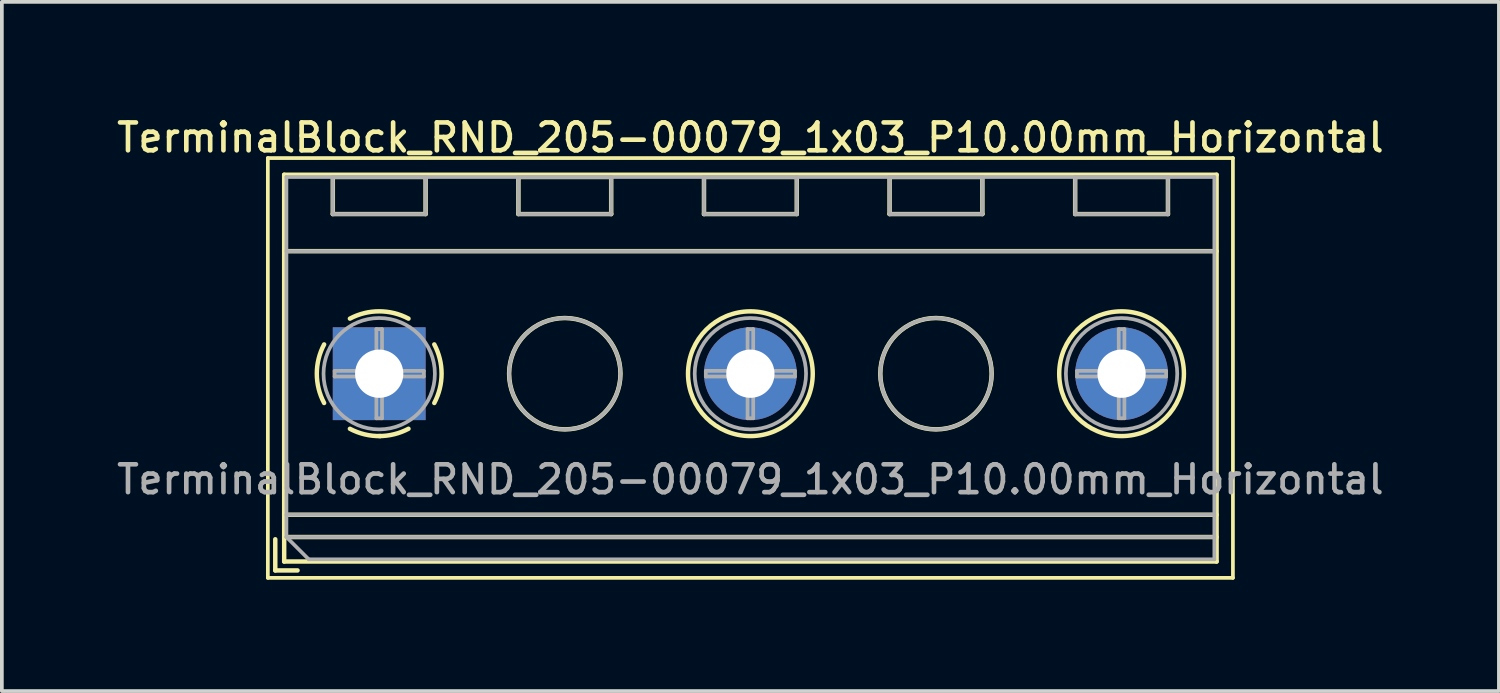
<source format=kicad_pcb>
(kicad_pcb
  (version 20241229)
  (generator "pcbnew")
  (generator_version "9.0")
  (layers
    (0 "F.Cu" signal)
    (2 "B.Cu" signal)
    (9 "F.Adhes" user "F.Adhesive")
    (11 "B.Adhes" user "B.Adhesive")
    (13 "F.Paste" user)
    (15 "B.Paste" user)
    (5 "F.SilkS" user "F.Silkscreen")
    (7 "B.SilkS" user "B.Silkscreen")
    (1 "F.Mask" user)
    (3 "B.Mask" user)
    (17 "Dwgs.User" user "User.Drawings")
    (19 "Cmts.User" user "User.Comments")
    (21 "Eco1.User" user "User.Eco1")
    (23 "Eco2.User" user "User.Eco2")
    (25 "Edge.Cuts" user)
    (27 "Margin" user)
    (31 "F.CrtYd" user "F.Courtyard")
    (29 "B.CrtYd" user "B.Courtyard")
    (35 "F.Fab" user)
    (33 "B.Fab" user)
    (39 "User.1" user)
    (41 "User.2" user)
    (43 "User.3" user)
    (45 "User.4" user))
  (footprint "TerminalBlock_RND_205-00079_1x03_P10.00mm_Horizontal"
    (layer "F.Cu")
    (at 7.166 7.018)
    (property "Reference" "TerminalBlock_RND_205-00079_1x03_P10.00mm_Horizontal" (at 10 -6.36 0) (layer "F.SilkS") (effects (font (size 0.75 0.75) (thickness 0.125))))
    (attr through_hole)
    (fp_line (start -3 -5.81) (end -3 5.5) (stroke (width 0.1) (type solid)) (layer "F.SilkS"))
    (fp_line (start -3 5.5) (end 23 5.5) (stroke (width 0.1) (type solid)) (layer "F.SilkS"))
    (fp_line (start -2.8 4.46) (end -2.8 5.3) (stroke (width 0.12) (type solid)) (layer "F.SilkS"))
    (fp_line (start -2.8 5.3) (end -2.2 5.3) (stroke (width 0.12) (type solid)) (layer "F.SilkS"))
    (fp_line (start -2.56 -5.36) (end -2.56 5.06) (stroke (width 0.12) (type solid)) (layer "F.SilkS"))
    (fp_line (start -2.56 -5.36) (end 22.56 -5.36) (stroke (width 0.12) (type solid)) (layer "F.SilkS"))
    (fp_line (start -2.56 -3.301) (end 22.56 -3.301) (stroke (width 0.12) (type solid)) (layer "F.SilkS"))
    (fp_line (start -2.56 3.8) (end 22.56 3.8) (stroke (width 0.12) (type solid)) (layer "F.SilkS"))
    (fp_line (start -2.56 4.4) (end 22.56 4.4) (stroke (width 0.12) (type solid)) (layer "F.SilkS"))
    (fp_line (start -2.56 5.06) (end 22.56 5.06) (stroke (width 0.12) (type solid)) (layer "F.SilkS"))
    (fp_line (start -1.25 -5.301) (end -1.25 -4.301) (stroke (width 0.12) (type solid)) (layer "F.SilkS"))
    (fp_line (start -1.25 -5.301) (end 1.25 -5.301) (stroke (width 0.12) (type solid)) (layer "F.SilkS"))
    (fp_line (start -1.25 -4.301) (end 1.25 -4.301) (stroke (width 0.12) (type solid)) (layer "F.SilkS"))
    (fp_line (start 1.25 -5.301) (end 1.25 -4.301) (stroke (width 0.12) (type solid)) (layer "F.SilkS"))
    (fp_line (start 3.75 -5.301) (end 3.75 -4.301) (stroke (width 0.12) (type solid)) (layer "F.SilkS"))
    (fp_line (start 3.75 -5.301) (end 6.25 -5.301) (stroke (width 0.12) (type solid)) (layer "F.SilkS"))
    (fp_line (start 3.75 -4.301) (end 6.25 -4.301) (stroke (width 0.12) (type solid)) (layer "F.SilkS"))
    (fp_line (start 6.25 -5.301) (end 6.25 -4.301) (stroke (width 0.12) (type solid)) (layer "F.SilkS"))
    (fp_line (start 8.75 -5.301) (end 8.75 -4.301) (stroke (width 0.12) (type solid)) (layer "F.SilkS"))
    (fp_line (start 8.75 -5.301) (end 11.25 -5.301) (stroke (width 0.12) (type solid)) (layer "F.SilkS"))
    (fp_line (start 8.75 -4.301) (end 11.25 -4.301) (stroke (width 0.12) (type solid)) (layer "F.SilkS"))
    (fp_line (start 11.25 -5.301) (end 11.25 -4.301) (stroke (width 0.12) (type solid)) (layer "F.SilkS"))
    (fp_line (start 13.75 -5.301) (end 13.75 -4.301) (stroke (width 0.12) (type solid)) (layer "F.SilkS"))
    (fp_line (start 13.75 -5.301) (end 16.25 -5.301) (stroke (width 0.12) (type solid)) (layer "F.SilkS"))
    (fp_line (start 13.75 -4.301) (end 16.25 -4.301) (stroke (width 0.12) (type solid)) (layer "F.SilkS"))
    (fp_line (start 16.25 -5.301) (end 16.25 -4.301) (stroke (width 0.12) (type solid)) (layer "F.SilkS"))
    (fp_line (start 18.75 -5.301) (end 18.75 -4.301) (stroke (width 0.12) (type solid)) (layer "F.SilkS"))
    (fp_line (start 18.75 -5.301) (end 21.25 -5.301) (stroke (width 0.12) (type solid)) (layer "F.SilkS"))
    (fp_line (start 18.75 -4.301) (end 21.25 -4.301) (stroke (width 0.12) (type solid)) (layer "F.SilkS"))
    (fp_line (start 21.25 -5.301) (end 21.25 -4.301) (stroke (width 0.12) (type solid)) (layer "F.SilkS"))
    (fp_line (start 22.56 -5.36) (end 22.56 5.06) (stroke (width 0.12) (type solid)) (layer "F.SilkS"))
    (fp_line (start 23 -5.81) (end -3 -5.81) (stroke (width 0.1) (type solid)) (layer "F.SilkS"))
    (fp_line (start 23 5.5) (end 23 -5.81) (stroke (width 0.1) (type solid)) (layer "F.SilkS"))
    (fp_arc (start -1.483953 0.789089) (mid -1.680708 0.00005) (end -1.484 -0.789) (stroke (width 0.12) (type solid)) (layer "F.SilkS"))
    (fp_arc (start -0.789089 -1.483953) (mid -0.00005 -1.680708) (end 0.789 -1.484) (stroke (width 0.12) (type solid)) (layer "F.SilkS"))
    (fp_arc (start 0.029383 1.68045) (mid -0.392304 1.634281) (end -0.789 1.484) (stroke (width 0.12) (type solid)) (layer "F.SilkS"))
    (fp_arc (start 0.788712 1.483352) (mid 0.406429 1.630097) (end 0 1.68) (stroke (width 0.12) (type solid)) (layer "F.SilkS"))
    (fp_arc (start 1.483953 -0.789089) (mid 1.680708 -0.00005) (end 1.484 0.789) (stroke (width 0.12) (type solid)) (layer "F.SilkS"))
    (fp_circle (center 5 0) (end 6.5 0) (stroke (width 0.12) (type solid)) (fill no) (layer "F.SilkS"))
    (fp_circle (center 10 0) (end 11.68 0) (stroke (width 0.12) (type solid)) (fill no) (layer "F.SilkS"))
    (fp_circle (center 15 0) (end 16.5 0) (stroke (width 0.12) (type solid)) (fill no) (layer "F.SilkS"))
    (fp_circle (center 20 0) (end 21.68 0) (stroke (width 0.12) (type solid)) (fill no) (layer "F.SilkS"))
    (fp_line (start -2.5 -5.3) (end 22.5 -5.3) (stroke (width 0.1) (type solid)) (layer "F.Fab"))
    (fp_line (start -2.5 -3.3) (end 22.5 -3.3) (stroke (width 0.1) (type solid)) (layer "F.Fab"))
    (fp_line (start -2.5 3.8) (end 22.5 3.8) (stroke (width 0.1) (type solid)) (layer "F.Fab"))
    (fp_line (start -2.5 4.4) (end -2.5 -5.3) (stroke (width 0.1) (type solid)) (layer "F.Fab"))
    (fp_line (start -2.5 4.4) (end 22.5 4.4) (stroke (width 0.1) (type solid)) (layer "F.Fab"))
    (fp_line (start -1.9 5) (end -2.5 4.4) (stroke (width 0.1) (type solid)) (layer "F.Fab"))
    (fp_line (start -1.25 -5.3) (end -1.25 -4.3) (stroke (width 0.1) (type solid)) (layer "F.Fab"))
    (fp_line (start -1.25 -4.3) (end 1.25 -4.3) (stroke (width 0.1) (type solid)) (layer "F.Fab"))
    (fp_line (start -1.201 -0.076) (end -0.076 -0.076) (stroke (width 0.1) (type solid)) (layer "F.Fab"))
    (fp_line (start -1.201 0.076) (end -1.201 -0.076) (stroke (width 0.1) (type solid)) (layer "F.Fab"))
    (fp_line (start -0.076 -1.201) (end 0.076 -1.201) (stroke (width 0.1) (type solid)) (layer "F.Fab"))
    (fp_line (start -0.076 -0.076) (end -0.076 -1.201) (stroke (width 0.1) (type solid)) (layer "F.Fab"))
    (fp_line (start -0.076 0.076) (end -1.201 0.076) (stroke (width 0.1) (type solid)) (layer "F.Fab"))
    (fp_line (start -0.076 1.201) (end -0.076 0.076) (stroke (width 0.1) (type solid)) (layer "F.Fab"))
    (fp_line (start 0.076 -1.201) (end 0.076 -0.076) (stroke (width 0.1) (type solid)) (layer "F.Fab"))
    (fp_line (start 0.076 -0.076) (end 1.201 -0.076) (stroke (width 0.1) (type solid)) (layer "F.Fab"))
    (fp_line (start 0.076 0.076) (end 0.076 1.201) (stroke (width 0.1) (type solid)) (layer "F.Fab"))
    (fp_line (start 0.076 1.201) (end -0.076 1.201) (stroke (width 0.1) (type solid)) (layer "F.Fab"))
    (fp_line (start 1.201 -0.076) (end 1.201 0.076) (stroke (width 0.1) (type solid)) (layer "F.Fab"))
    (fp_line (start 1.201 0.076) (end 0.076 0.076) (stroke (width 0.1) (type solid)) (layer "F.Fab"))
    (fp_line (start 1.25 -5.3) (end -1.25 -5.3) (stroke (width 0.1) (type solid)) (layer "F.Fab"))
    (fp_line (start 1.25 -4.3) (end 1.25 -5.3) (stroke (width 0.1) (type solid)) (layer "F.Fab"))
    (fp_line (start 3.75 -5.3) (end 3.75 -4.3) (stroke (width 0.1) (type solid)) (layer "F.Fab"))
    (fp_line (start 3.75 -4.3) (end 6.25 -4.3) (stroke (width 0.1) (type solid)) (layer "F.Fab"))
    (fp_line (start 6.25 -5.3) (end 3.75 -5.3) (stroke (width 0.1) (type solid)) (layer "F.Fab"))
    (fp_line (start 6.25 -4.3) (end 6.25 -5.3) (stroke (width 0.1) (type solid)) (layer "F.Fab"))
    (fp_line (start 8.75 -5.3) (end 8.75 -4.3) (stroke (width 0.1) (type solid)) (layer "F.Fab"))
    (fp_line (start 8.75 -4.3) (end 11.25 -4.3) (stroke (width 0.1) (type solid)) (layer "F.Fab"))
    (fp_line (start 8.799 -0.076) (end 9.924 -0.076) (stroke (width 0.1) (type solid)) (layer "F.Fab"))
    (fp_line (start 8.799 0.076) (end 8.799 -0.076) (stroke (width 0.1) (type solid)) (layer "F.Fab"))
    (fp_line (start 9.924 -1.201) (end 10.076 -1.201) (stroke (width 0.1) (type solid)) (layer "F.Fab"))
    (fp_line (start 9.924 -0.076) (end 9.924 -1.201) (stroke (width 0.1) (type solid)) (layer "F.Fab"))
    (fp_line (start 9.924 0.076) (end 8.799 0.076) (stroke (width 0.1) (type solid)) (layer "F.Fab"))
    (fp_line (start 9.924 1.201) (end 9.924 0.076) (stroke (width 0.1) (type solid)) (layer "F.Fab"))
    (fp_line (start 10.076 -1.201) (end 10.076 -0.076) (stroke (width 0.1) (type solid)) (layer "F.Fab"))
    (fp_line (start 10.076 -0.076) (end 11.201 -0.076) (stroke (width 0.1) (type solid)) (layer "F.Fab"))
    (fp_line (start 10.076 0.076) (end 10.076 1.201) (stroke (width 0.1) (type solid)) (layer "F.Fab"))
    (fp_line (start 10.076 1.201) (end 9.924 1.201) (stroke (width 0.1) (type solid)) (layer "F.Fab"))
    (fp_line (start 11.201 -0.076) (end 11.201 0.076) (stroke (width 0.1) (type solid)) (layer "F.Fab"))
    (fp_line (start 11.201 0.076) (end 10.076 0.076) (stroke (width 0.1) (type solid)) (layer "F.Fab"))
    (fp_line (start 11.25 -5.3) (end 8.75 -5.3) (stroke (width 0.1) (type solid)) (layer "F.Fab"))
    (fp_line (start 11.25 -4.3) (end 11.25 -5.3) (stroke (width 0.1) (type solid)) (layer "F.Fab"))
    (fp_line (start 13.75 -5.3) (end 13.75 -4.3) (stroke (width 0.1) (type solid)) (layer "F.Fab"))
    (fp_line (start 13.75 -4.3) (end 16.25 -4.3) (stroke (width 0.1) (type solid)) (layer "F.Fab"))
    (fp_line (start 16.25 -5.3) (end 13.75 -5.3) (stroke (width 0.1) (type solid)) (layer "F.Fab"))
    (fp_line (start 16.25 -4.3) (end 16.25 -5.3) (stroke (width 0.1) (type solid)) (layer "F.Fab"))
    (fp_line (start 18.75 -5.3) (end 18.75 -4.3) (stroke (width 0.1) (type solid)) (layer "F.Fab"))
    (fp_line (start 18.75 -4.3) (end 21.25 -4.3) (stroke (width 0.1) (type solid)) (layer "F.Fab"))
    (fp_line (start 18.799 -0.076) (end 19.924 -0.076) (stroke (width 0.1) (type solid)) (layer "F.Fab"))
    (fp_line (start 18.799 0.076) (end 18.799 -0.076) (stroke (width 0.1) (type solid)) (layer "F.Fab"))
    (fp_line (start 19.924 -1.201) (end 20.076 -1.201) (stroke (width 0.1) (type solid)) (layer "F.Fab"))
    (fp_line (start 19.924 -0.076) (end 19.924 -1.201) (stroke (width 0.1) (type solid)) (layer "F.Fab"))
    (fp_line (start 19.924 0.076) (end 18.799 0.076) (stroke (width 0.1) (type solid)) (layer "F.Fab"))
    (fp_line (start 19.924 1.201) (end 19.924 0.076) (stroke (width 0.1) (type solid)) (layer "F.Fab"))
    (fp_line (start 20.076 -1.201) (end 20.076 -0.076) (stroke (width 0.1) (type solid)) (layer "F.Fab"))
    (fp_line (start 20.076 -0.076) (end 21.201 -0.076) (stroke (width 0.1) (type solid)) (layer "F.Fab"))
    (fp_line (start 20.076 0.076) (end 20.076 1.201) (stroke (width 0.1) (type solid)) (layer "F.Fab"))
    (fp_line (start 20.076 1.201) (end 19.924 1.201) (stroke (width 0.1) (type solid)) (layer "F.Fab"))
    (fp_line (start 21.201 -0.076) (end 21.201 0.076) (stroke (width 0.1) (type solid)) (layer "F.Fab"))
    (fp_line (start 21.201 0.076) (end 20.076 0.076) (stroke (width 0.1) (type solid)) (layer "F.Fab"))
    (fp_line (start 21.25 -5.3) (end 18.75 -5.3) (stroke (width 0.1) (type solid)) (layer "F.Fab"))
    (fp_line (start 21.25 -4.3) (end 21.25 -5.3) (stroke (width 0.1) (type solid)) (layer "F.Fab"))
    (fp_line (start 22.5 -5.3) (end 22.5 5) (stroke (width 0.1) (type solid)) (layer "F.Fab"))
    (fp_line (start 22.5 5) (end -1.9 5) (stroke (width 0.1) (type solid)) (layer "F.Fab"))
    (fp_circle (center 0 0) (end 1.5 0) (stroke (width 0.1) (type solid)) (fill no) (layer "F.Fab"))
    (fp_circle (center 5 0) (end 6.5 0) (stroke (width 0.1) (type solid)) (fill no) (layer "F.Fab"))
    (fp_circle (center 10 0) (end 11.5 0) (stroke (width 0.1) (type solid)) (fill no) (layer "F.Fab"))
    (fp_circle (center 15 0) (end 16.5 0) (stroke (width 0.1) (type solid)) (fill no) (layer "F.Fab"))
    (fp_circle (center 20 0) (end 21.5 0) (stroke (width 0.1) (type solid)) (fill no) (layer "F.Fab"))
    (fp_text user "${REFERENCE}" (at 10 2.85 0) (layer "F.Fab") (effects (font (size 0.75 0.75) (thickness 0.125))))
    (pad "1" thru_hole rect (at 0 0) (size 2.5 2.5) (drill 1.3) (layers "*.Cu" "*.Mask"))
    (pad "2" thru_hole circle (at 10 0) (size 2.5 2.5) (drill 1.3) (layers "*.Cu" "*.Mask"))
    (pad "3" thru_hole circle (at 20 0) (size 2.5 2.5) (drill 1.3) (layers "*.Cu" "*.Mask")))
  (gr_rect
    (start -3 -3)
    (end 37.332 15.568)
    (stroke (width 0.1) (type default))
    (fill no)
    (layer "Edge.Cuts")))
</source>
